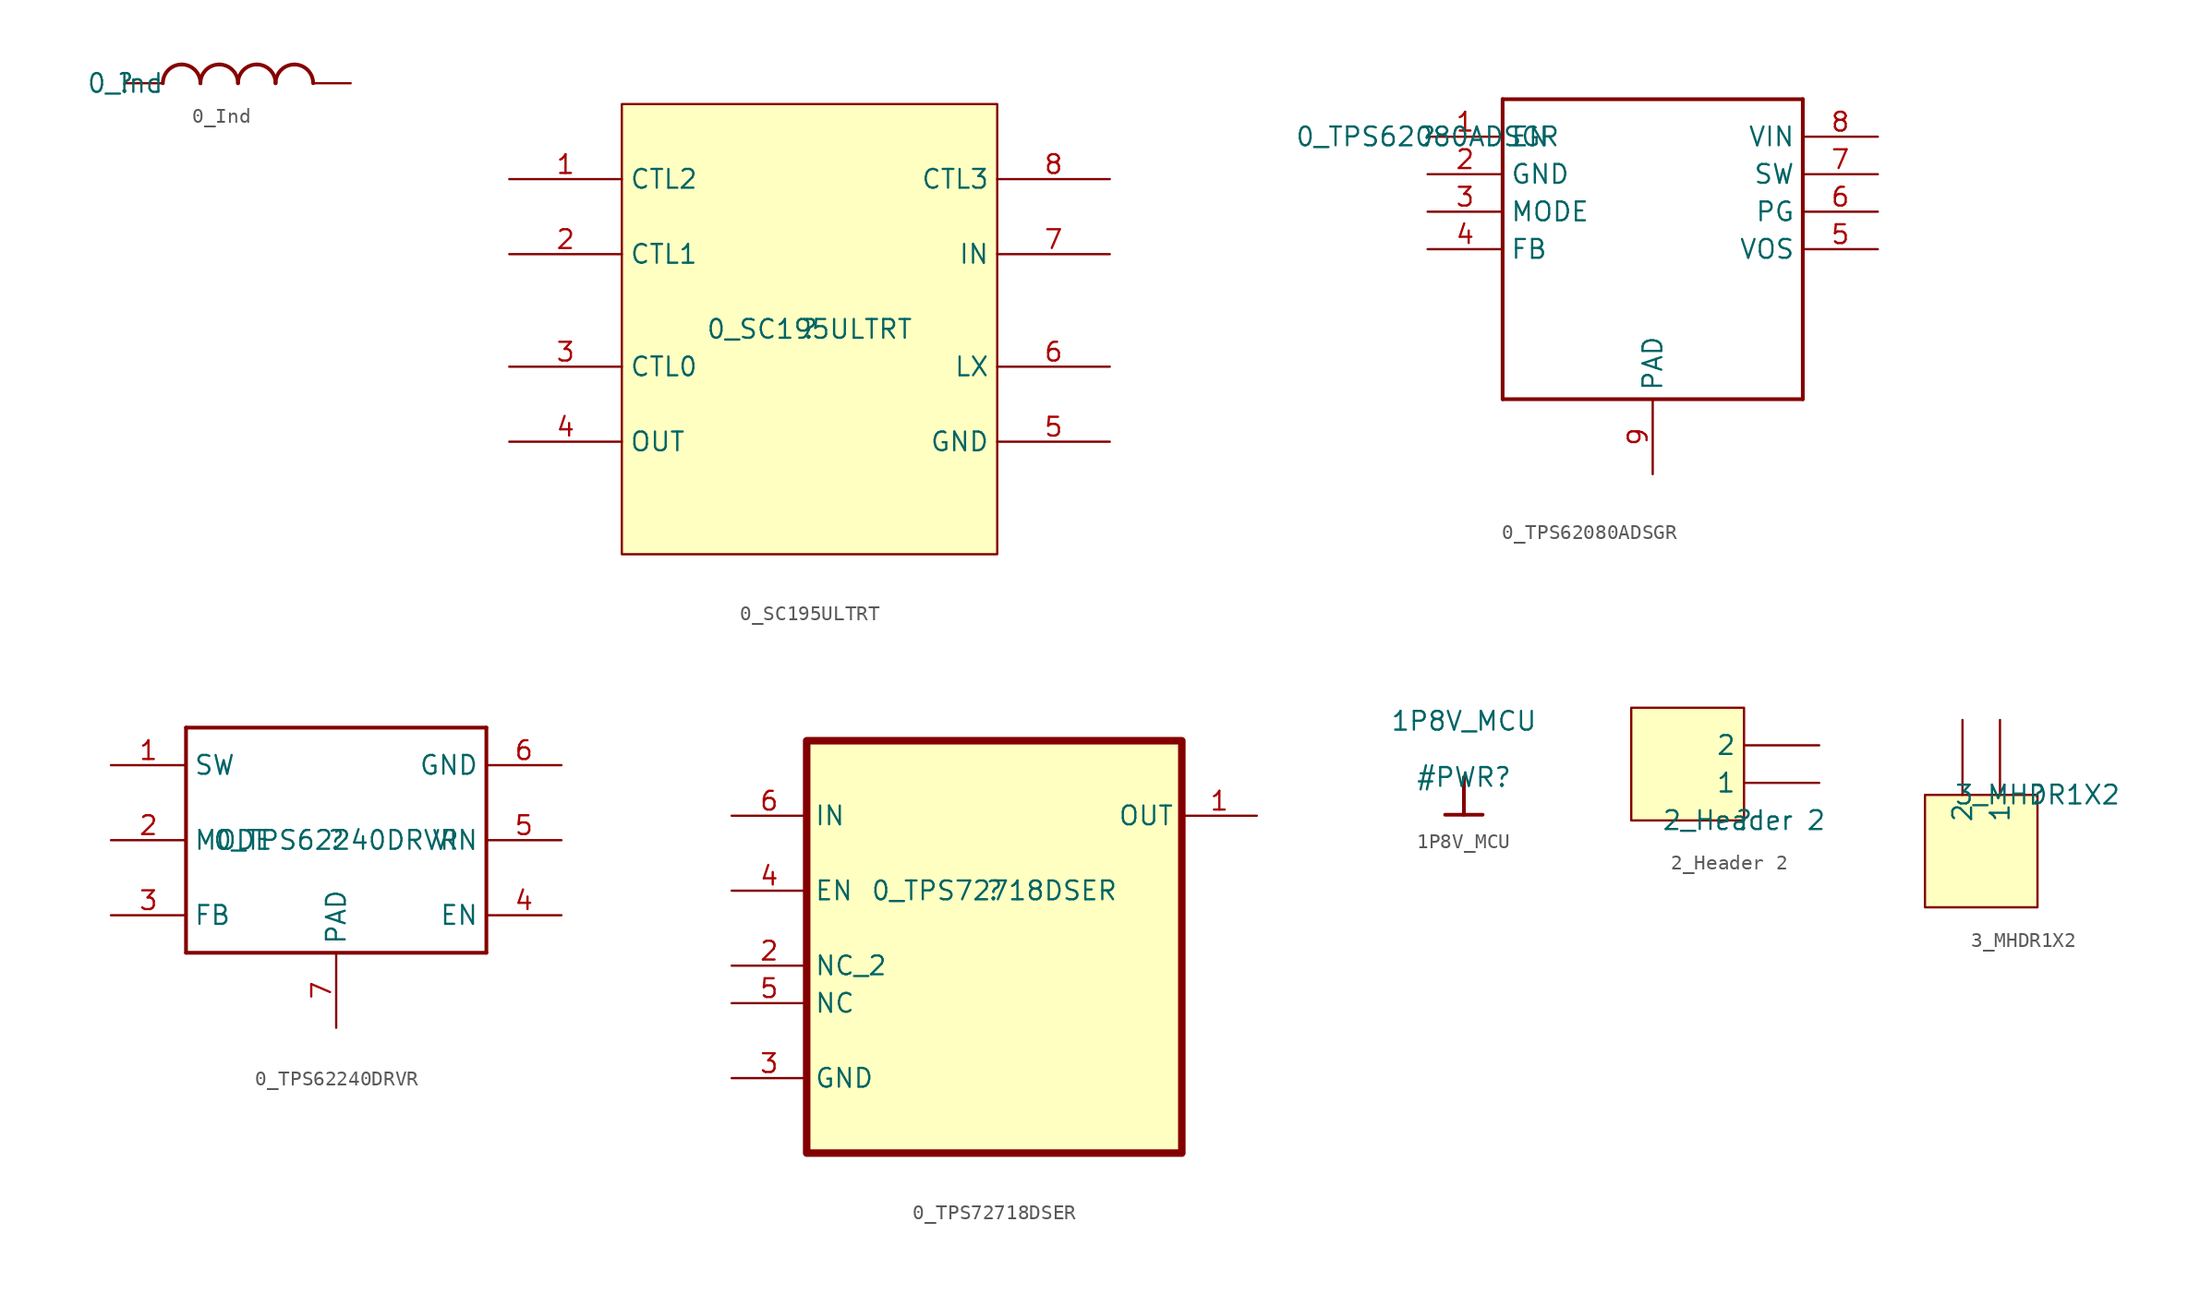
<source format=kicad_sym>
(kicad_symbol_lib
  (version 20211014)
  (generator kicad_symbol_editor)
  (symbol "0_Ind"
    (property "Reference" ""
      (at 0 0 0)
      (effects (font (size 1.27 1.27))))
    (property "Value" "0_Ind"
      (at 0 0 0)
      (effects (font (size 1.27 1.27))))
    (symbol "0_Ind_1_0"
      (arc (start 3.81 1.27) (mid 2.912 0.898) (end 2.54 0) (stroke (width 0.254) (type default) (color 0 0 0 0)) (fill (type none)))
      (arc (start 5.08 0) (mid 4.708 0.898) (end 3.81 1.27) (stroke (width 0.254) (type default) (color 0 0 0 0)) (fill (type none)))
      (arc (start 6.35 1.27) (mid 5.452 0.898) (end 5.08 0) (stroke (width 0.254) (type default) (color 0 0 0 0)) (fill (type none)))
      (arc (start 7.62 0) (mid 7.248 0.898) (end 6.35 1.27) (stroke (width 0.254) (type default) (color 0 0 0 0)) (fill (type none)))
      (arc (start 8.89 1.27) (mid 7.992 0.898) (end 7.62 0) (stroke (width 0.254) (type default) (color 0 0 0 0)) (fill (type none)))
      (arc (start 10.16 0) (mid 9.788 0.898) (end 8.89 1.27) (stroke (width 0.254) (type default) (color 0 0 0 0)) (fill (type none)))
      (arc (start 11.43 1.27) (mid 10.532 0.898) (end 10.16 0) (stroke (width 0.254) (type default) (color 0 0 0 0)) (fill (type none)))
      (arc (start 12.7 0) (mid 12.328 0.898) (end 11.43 1.27) (stroke (width 0.254) (type default) (color 0 0 0 0)) (fill (type none)))
      (pin passive line (at 0 0 0) (length 2.54) (name "1" (effects (font (size 0 0)))) (number "1" (effects (font (size 0 0)))))
      (pin passive line (at 15.24 0 180) (length 2.54) (name "2" (effects (font (size 0 0)))) (number "2" (effects (font (size 0 0)))))))
  (symbol "0_SC195ULTRT"
    (property "Reference" ""
      (at 0 0 0)
      (effects (font (size 1.27 1.27))))
    (property "Value" "0_SC195ULTRT"
      (at 0 0 0)
      (effects (font (size 1.27 1.27))))
    (symbol "0_SC195ULTRT_1_0"
      (rectangle (start 12.7 15.24) (end -12.7 -15.24) (stroke (width 0) (type default) (color 0 0 0 0)) (fill (type background)))
      (pin passive line (at -20.32 10.16 0) (length 7.62) (name "CTL2" (effects (font (size 1.27 1.27)))) (number "1" (effects (font (size 1.27 1.27)))))
      (pin passive line (at -20.32 5.08 0) (length 7.62) (name "CTL1" (effects (font (size 1.27 1.27)))) (number "2" (effects (font (size 1.27 1.27)))))
      (pin passive line (at -20.32 -2.54 0) (length 7.62) (name "CTL0" (effects (font (size 1.27 1.27)))) (number "3" (effects (font (size 1.27 1.27)))))
      (pin passive line (at -20.32 -7.62 0) (length 7.62) (name "OUT" (effects (font (size 1.27 1.27)))) (number "4" (effects (font (size 1.27 1.27)))))
      (pin passive line (at 20.32 -7.62 180) (length 7.62) (name "GND" (effects (font (size 1.27 1.27)))) (number "5" (effects (font (size 1.27 1.27)))))
      (pin passive line (at 20.32 -2.54 180) (length 7.62) (name "LX" (effects (font (size 1.27 1.27)))) (number "6" (effects (font (size 1.27 1.27)))))
      (pin passive line (at 20.32 5.08 180) (length 7.62) (name "IN" (effects (font (size 1.27 1.27)))) (number "7" (effects (font (size 1.27 1.27)))))
      (pin passive line (at 20.32 10.16 180) (length 7.62) (name "CTL3" (effects (font (size 1.27 1.27)))) (number "8" (effects (font (size 1.27 1.27)))))))
  (symbol "0_TPS62080ADSGR"
    (property "Reference" ""
      (at 0 0 0)
      (effects (font (size 1.27 1.27))))
    (property "Value" "0_TPS62080ADSGR"
      (at 0 0 0)
      (effects (font (size 1.27 1.27))))
    (symbol "0_TPS62080ADSGR_1_0"
      (polyline (pts (xy 5.08 -17.78) (xy 25.4 -17.78)) (stroke (width 0.254) (type default) (color 0 0 0 0)) (fill (type none)))
      (polyline (pts (xy 5.08 2.54) (xy 5.08 -17.78)) (stroke (width 0.254) (type default) (color 0 0 0 0)) (fill (type none)))
      (polyline (pts (xy 25.4 -17.78) (xy 25.4 2.54)) (stroke (width 0.254) (type default) (color 0 0 0 0)) (fill (type none)))
      (polyline (pts (xy 25.4 2.54) (xy 5.08 2.54)) (stroke (width 0.254) (type default) (color 0 0 0 0)) (fill (type none)))
      (pin passive line (at 0 0 0) (length 5.08) (name "EN" (effects (font (size 1.27 1.27)))) (number "1" (effects (font (size 1.27 1.27)))))
      (pin power_in line (at 0 -2.54 0) (length 5.08) (name "GND" (effects (font (size 1.27 1.27)))) (number "2" (effects (font (size 1.27 1.27)))))
      (pin passive line (at 0 -5.08 0) (length 5.08) (name "MODE" (effects (font (size 1.27 1.27)))) (number "3" (effects (font (size 1.27 1.27)))))
      (pin passive line (at 0 -7.62 0) (length 5.08) (name "FB" (effects (font (size 1.27 1.27)))) (number "4" (effects (font (size 1.27 1.27)))))
      (pin passive line (at 30.48 -7.62 180) (length 5.08) (name "VOS" (effects (font (size 1.27 1.27)))) (number "5" (effects (font (size 1.27 1.27)))))
      (pin passive line (at 30.48 -5.08 180) (length 5.08) (name "PG" (effects (font (size 1.27 1.27)))) (number "6" (effects (font (size 1.27 1.27)))))
      (pin power_in line (at 30.48 -2.54 180) (length 5.08) (name "SW" (effects (font (size 1.27 1.27)))) (number "7" (effects (font (size 1.27 1.27)))))
      (pin power_in line (at 30.48 0 180) (length 5.08) (name "VIN" (effects (font (size 1.27 1.27)))) (number "8" (effects (font (size 1.27 1.27)))))
      (pin passive line (at 15.24 -22.86 90) (length 5.08) (name "PAD" (effects (font (size 1.27 1.27)))) (number "9" (effects (font (size 1.27 1.27)))))))
  (symbol "0_TPS62240DRVR"
    (property "Reference" ""
      (at 0 0 0)
      (effects (font (size 1.27 1.27))))
    (property "Value" "0_TPS62240DRVR"
      (at 0 0 0)
      (effects (font (size 1.27 1.27))))
    (symbol "0_TPS62240DRVR_1_0"
      (polyline (pts (xy -10.16 -7.62) (xy 10.16 -7.62)) (stroke (width 0.254) (type default) (color 0 0 0 0)) (fill (type none)))
      (polyline (pts (xy -10.16 7.62) (xy -10.16 -7.62)) (stroke (width 0.254) (type default) (color 0 0 0 0)) (fill (type none)))
      (polyline (pts (xy 10.16 7.62) (xy -10.16 7.62)) (stroke (width 0.254) (type default) (color 0 0 0 0)) (fill (type none)))
      (polyline (pts (xy 10.16 7.62) (xy 10.16 -7.62)) (stroke (width 0.254) (type default) (color 0 0 0 0)) (fill (type none)))
      (pin passive line (at -15.24 5.08 0) (length 5.08) (name "SW" (effects (font (size 1.27 1.27)))) (number "1" (effects (font (size 1.27 1.27)))))
      (pin power_in line (at -15.24 0 0) (length 5.08) (name "MODE" (effects (font (size 1.27 1.27)))) (number "2" (effects (font (size 1.27 1.27)))))
      (pin passive line (at -15.24 -5.08 0) (length 5.08) (name "FB" (effects (font (size 1.27 1.27)))) (number "3" (effects (font (size 1.27 1.27)))))
      (pin passive line (at 15.24 -5.08 180) (length 5.08) (name "EN" (effects (font (size 1.27 1.27)))) (number "4" (effects (font (size 1.27 1.27)))))
      (pin power_in line (at 15.24 0 180) (length 5.08) (name "VIN" (effects (font (size 1.27 1.27)))) (number "5" (effects (font (size 1.27 1.27)))))
      (pin power_in line (at 15.24 5.08 180) (length 5.08) (name "GND" (effects (font (size 1.27 1.27)))) (number "6" (effects (font (size 1.27 1.27)))))
      (pin passive line (at 0 -12.7 90) (length 5.08) (name "PAD" (effects (font (size 1.27 1.27)))) (number "7" (effects (font (size 1.27 1.27)))))))
  (symbol "0_TPS72718DSER"
    (property "Reference" ""
      (at 0 0 0)
      (effects (font (size 1.27 1.27))))
    (property "Value" "0_TPS72718DSER"
      (at 0 0 0)
      (effects (font (size 1.27 1.27))))
    (symbol "0_TPS72718DSER_1_0"
      (rectangle (start 12.7 10.16) (end -12.7 -17.78) (stroke (width 0.508) (type default) (color 0 0 0 0)) (fill (type background)))
      (pin output line (at 17.78 5.08 180) (length 5.08) (name "OUT" (effects (font (size 1.27 1.27)))) (number "1" (effects (font (size 1.27 1.27)))))
      (pin passive line (at -17.78 -5.08 0) (length 5.08) (name "NC_2" (effects (font (size 1.27 1.27)))) (number "2" (effects (font (size 1.27 1.27)))))
      (pin passive line (at -17.78 -12.7 0) (length 5.08) (name "GND" (effects (font (size 1.27 1.27)))) (number "3" (effects (font (size 1.27 1.27)))))
      (pin input line (at -17.78 0 0) (length 5.08) (name "EN" (effects (font (size 1.27 1.27)))) (number "4" (effects (font (size 1.27 1.27)))))
      (pin passive line (at -17.78 -7.62 0) (length 5.08) (name "NC" (effects (font (size 1.27 1.27)))) (number "5" (effects (font (size 1.27 1.27)))))
      (pin input line (at -17.78 5.08 0) (length 5.08) (name "IN" (effects (font (size 1.27 1.27)))) (number "6" (effects (font (size 1.27 1.27)))))))
  (symbol "1P8V_MCU"
    (power)
    (property "Reference" "#PWR"
      (at 0 0 0)
      (effects (font (size 1.27 1.27))))
    (property "Value" "1P8V_MCU"
      (at 0 3.81 0)
      (effects (font (size 1.27 1.27))))
    (symbol "1P8V_MCU_0_0"
      (polyline (pts (xy -1.27 -2.54) (xy 1.27 -2.54)) (stroke (width 0.254) (type default) (color 0 0 0 0)) (fill (type none)))
      (polyline (pts (xy 0 0) (xy 0 -2.54)) (stroke (width 0.254) (type default) (color 0 0 0 0)) (fill (type none)))
      (pin power_in line (at 0 0 0) (length 0) hide (name "1P8V_MCU" (effects (font (size 1.27 1.27)))) (number "" (effects (font (size 1.27 1.27)))))))
  (symbol "2_Header 2"
    (property "Reference" ""
      (at 0 0 0)
      (effects (font (size 1.27 1.27))))
    (property "Value" "2_Header 2"
      (at 0 0 0)
      (effects (font (size 1.27 1.27))))
    (symbol "2_Header 2_1_0"
      (rectangle (start 0 7.62) (end -7.62 0) (stroke (width 0) (type default) (color 0 0 0 0)) (fill (type background)))
      (pin passive line (at 5.08 2.54 180) (length 5.08) (name "1" (effects (font (size 1.27 1.27)))) (number "1" (effects (font (size 0 0)))))
      (pin passive line (at 5.08 5.08 180) (length 5.08) (name "2" (effects (font (size 1.27 1.27)))) (number "2" (effects (font (size 0 0)))))))
  (symbol "3_MHDR1X2"
    (property "Reference" ""
      (at 0 0 0)
      (effects (font (size 1.27 1.27))))
    (property "Value" "3_MHDR1X2"
      (at 0 0 0)
      (effects (font (size 1.27 1.27))))
    (symbol "3_MHDR1X2_1_0"
      (rectangle (start 0 0) (end -7.62 -7.62) (stroke (width 0) (type default) (color 0 0 0 0)) (fill (type background)))
      (pin passive line (at -2.54 5.08 270) (length 5.08) (name "1" (effects (font (size 1.27 1.27)))) (number "1" (effects (font (size 0 0)))))
      (pin passive line (at -5.08 5.08 270) (length 5.08) (name "2" (effects (font (size 1.27 1.27)))) (number "2" (effects (font (size 0 0))))))))
</source>
